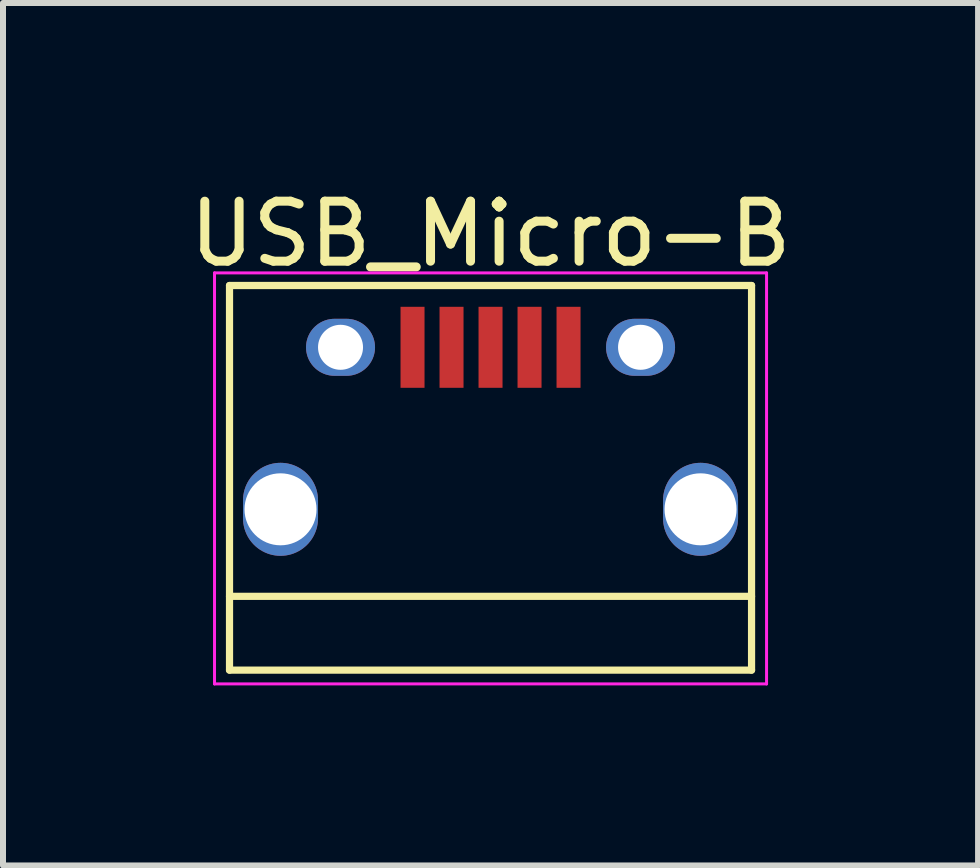
<source format=kicad_pcb>
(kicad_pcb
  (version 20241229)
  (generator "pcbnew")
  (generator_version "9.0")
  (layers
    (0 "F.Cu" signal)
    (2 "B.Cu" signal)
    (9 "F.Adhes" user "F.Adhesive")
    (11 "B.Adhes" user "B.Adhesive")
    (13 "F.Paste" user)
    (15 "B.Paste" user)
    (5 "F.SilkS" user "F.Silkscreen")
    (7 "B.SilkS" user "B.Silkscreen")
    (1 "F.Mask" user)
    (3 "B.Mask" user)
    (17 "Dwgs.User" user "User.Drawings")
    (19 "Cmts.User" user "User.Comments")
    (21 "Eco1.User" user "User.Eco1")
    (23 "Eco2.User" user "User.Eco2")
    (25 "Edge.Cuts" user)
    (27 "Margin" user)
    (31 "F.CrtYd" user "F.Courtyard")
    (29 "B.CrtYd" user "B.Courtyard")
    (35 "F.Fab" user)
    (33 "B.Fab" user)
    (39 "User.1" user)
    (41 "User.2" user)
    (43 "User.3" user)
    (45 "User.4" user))
  (footprint "USB_Micro-B"
    (layer "F.Cu")
    (at 5.125 4.088)
    (property "Reference" "USB_Micro-B" (at 0 -3.24 0) (layer "F.SilkS") (effects (font (size 1 1) (thickness 0.15))))
    (attr smd)
    (fp_line (start -4.35 -2.38) (end 4.35 -2.38) (stroke (width 0.12) (type solid)) (layer "F.SilkS"))
    (fp_line (start -4.35 4.03) (end -4.35 -2.38) (stroke (width 0.12) (type solid)) (layer "F.SilkS"))
    (fp_line (start -4.35 4.03) (end 4.35 4.03) (stroke (width 0.12) (type solid)) (layer "F.SilkS"))
    (fp_line (start 4.35 -2.38) (end 4.35 4.03) (stroke (width 0.12) (type solid)) (layer "F.SilkS"))
    (fp_line (start 4.35 2.8) (end -4.35 2.8) (stroke (width 0.12) (type solid)) (layer "F.SilkS"))
    (fp_line (start -4.6 -2.59) (end 4.6 -2.59) (stroke (width 0.05) (type solid)) (layer "F.CrtYd"))
    (fp_line (start -4.6 4.26) (end -4.6 -2.59) (stroke (width 0.05) (type solid)) (layer "F.CrtYd"))
    (fp_line (start 4.6 -2.59) (end 4.6 4.26) (stroke (width 0.05) (type solid)) (layer "F.CrtYd"))
    (fp_line (start 4.6 4.26) (end -4.6 4.26) (stroke (width 0.05) (type solid)) (layer "F.CrtYd"))
    (pad "1" smd rect (at -1.3 -1.35 90) (size 1.35 0.4) (layers "F.Cu" "F.Mask" "F.Paste"))
    (pad "2" smd rect (at -0.65 -1.35 90) (size 1.35 0.4) (layers "F.Cu" "F.Mask" "F.Paste"))
    (pad "3" smd rect (at 0 -1.35 90) (size 1.35 0.4) (layers "F.Cu" "F.Mask" "F.Paste"))
    (pad "4" smd rect (at 0.65 -1.35 90) (size 1.35 0.4) (layers "F.Cu" "F.Mask" "F.Paste"))
    (pad "5" smd rect (at 1.3 -1.35 90) (size 1.35 0.4) (layers "F.Cu" "F.Mask" "F.Paste"))
    (pad "6" thru_hole oval (at -3.5 1.35 90) (size 1.55 1.25) (drill 1.2) (layers "*.Cu" "*.Mask"))
    (pad "6" thru_hole oval (at -2.5 -1.35 90) (size 0.95 1.15) (drill 0.75) (layers "*.Cu" "*.Mask"))
    (pad "6" thru_hole oval (at 2.5 -1.35 90) (size 0.95 1.15) (drill 0.75) (layers "*.Cu" "*.Mask"))
    (pad "6" thru_hole oval (at 3.5 1.35 90) (size 1.55 1.25) (drill 1.2) (layers "*.Cu" "*.Mask")))
  (gr_rect
    (start -3 -3)
    (end 13.25 11.373)
    (stroke (width 0.1) (type default))
    (fill no)
    (layer "Edge.Cuts")))
</source>
